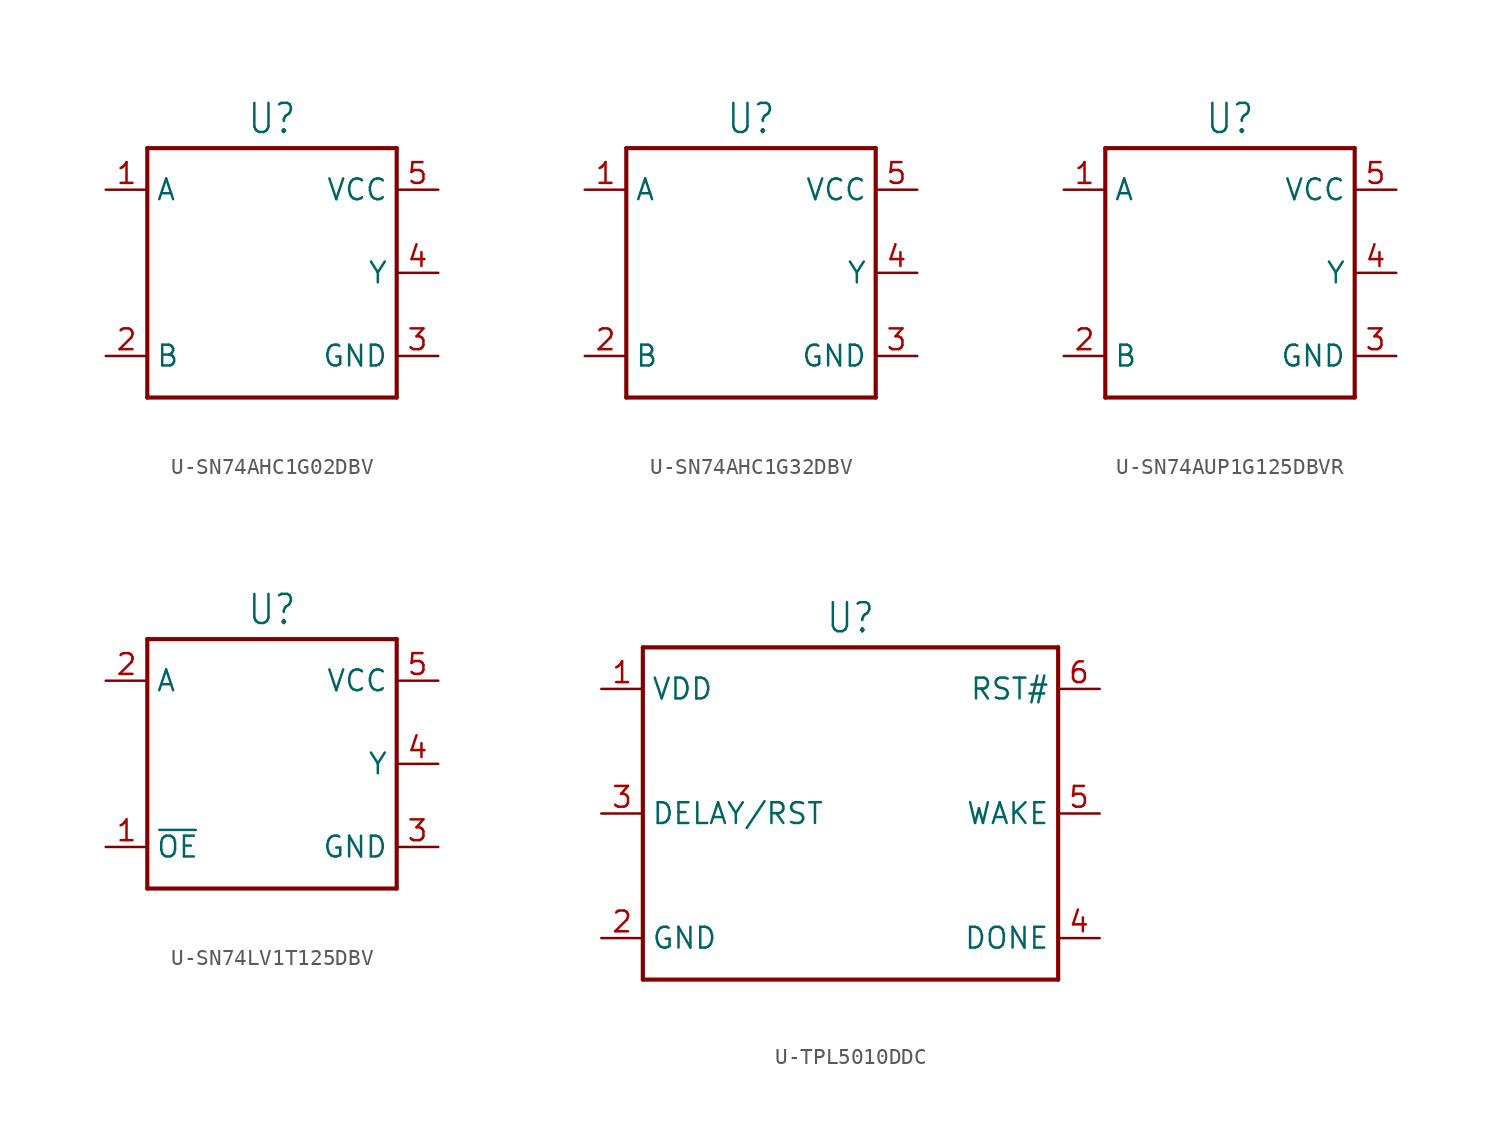
<source format=kicad_sym>
(kicad_symbol_lib
  (version 20231120)
  (generator "kicad_symbol_editor")
  (generator_version "8.0")
  (symbol "U-SN74AHC1G02DBV"
    (property "Reference" "U"
      (at 0 8.382 0)
      (effects (font (size 1.778 1.511)) (justify bottom)))
    (property "Value" ""
      (at 0 -8.382 0)
      (effects (font (size 1.778 1.511)) (justify top)))
    (property "ki_locked" ""
      (at 0 0 0)
      (effects (font (size 1.27 1.27))))
    (symbol "U-SN74AHC1G02DBV_1_0"
      (polyline (pts (xy -7.62 -7.62) (xy -7.62 7.62)) (stroke (width 0.254) (type solid)) (fill (type none)))
      (polyline (pts (xy -7.62 7.62) (xy 7.62 7.62)) (stroke (width 0.254) (type solid)) (fill (type none)))
      (polyline (pts (xy 7.62 -7.62) (xy -7.62 -7.62)) (stroke (width 0.254) (type solid)) (fill (type none)))
      (polyline (pts (xy 7.62 7.62) (xy 7.62 -7.62)) (stroke (width 0.254) (type solid)) (fill (type none)))
      (pin passive line (at -10.16 5.08 0) (length 2.54) (name "A" (effects (font (size 1.27 1.27)))) (number "1" (effects (font (size 1.27 1.27)))))
      (pin passive line (at -10.16 -5.08 0) (length 2.54) (name "B" (effects (font (size 1.27 1.27)))) (number "2" (effects (font (size 1.27 1.27)))))
      (pin passive line (at 10.16 -5.08 180) (length 2.54) (name "GND" (effects (font (size 1.27 1.27)))) (number "3" (effects (font (size 1.27 1.27)))))
      (pin passive line (at 10.16 0 180) (length 2.54) (name "Y" (effects (font (size 1.27 1.27)))) (number "4" (effects (font (size 1.27 1.27)))))
      (pin passive line (at 10.16 5.08 180) (length 2.54) (name "VCC" (effects (font (size 1.27 1.27)))) (number "5" (effects (font (size 1.27 1.27)))))))
  (symbol "U-SN74AHC1G32DBV"
    (property "Reference" "U"
      (at 0 8.382 0)
      (effects (font (size 1.778 1.511)) (justify bottom)))
    (property "Value" ""
      (at 0 -8.382 0)
      (effects (font (size 1.778 1.511)) (justify top)))
    (property "ki_locked" ""
      (at 0 0 0)
      (effects (font (size 1.27 1.27))))
    (symbol "U-SN74AHC1G32DBV_1_0"
      (polyline (pts (xy -7.62 -7.62) (xy -7.62 7.62)) (stroke (width 0.254) (type solid)) (fill (type none)))
      (polyline (pts (xy -7.62 7.62) (xy 7.62 7.62)) (stroke (width 0.254) (type solid)) (fill (type none)))
      (polyline (pts (xy 7.62 -7.62) (xy -7.62 -7.62)) (stroke (width 0.254) (type solid)) (fill (type none)))
      (polyline (pts (xy 7.62 7.62) (xy 7.62 -7.62)) (stroke (width 0.254) (type solid)) (fill (type none)))
      (pin passive line (at -10.16 5.08 0) (length 2.54) (name "A" (effects (font (size 1.27 1.27)))) (number "1" (effects (font (size 1.27 1.27)))))
      (pin passive line (at -10.16 -5.08 0) (length 2.54) (name "B" (effects (font (size 1.27 1.27)))) (number "2" (effects (font (size 1.27 1.27)))))
      (pin passive line (at 10.16 -5.08 180) (length 2.54) (name "GND" (effects (font (size 1.27 1.27)))) (number "3" (effects (font (size 1.27 1.27)))))
      (pin passive line (at 10.16 0 180) (length 2.54) (name "Y" (effects (font (size 1.27 1.27)))) (number "4" (effects (font (size 1.27 1.27)))))
      (pin passive line (at 10.16 5.08 180) (length 2.54) (name "VCC" (effects (font (size 1.27 1.27)))) (number "5" (effects (font (size 1.27 1.27)))))))
  (symbol "U-SN74AUP1G125DBVR"
    (property "Reference" "U"
      (at 0 8.382 0)
      (effects (font (size 1.778 1.511)) (justify bottom)))
    (property "Value" ""
      (at 0 -8.382 0)
      (effects (font (size 1.778 1.511)) (justify top)))
    (property "ki_locked" ""
      (at 0 0 0)
      (effects (font (size 1.27 1.27))))
    (symbol "U-SN74AUP1G125DBVR_1_0"
      (polyline (pts (xy -7.62 -7.62) (xy -7.62 7.62)) (stroke (width 0.254) (type solid)) (fill (type none)))
      (polyline (pts (xy -7.62 7.62) (xy 7.62 7.62)) (stroke (width 0.254) (type solid)) (fill (type none)))
      (polyline (pts (xy 7.62 -7.62) (xy -7.62 -7.62)) (stroke (width 0.254) (type solid)) (fill (type none)))
      (polyline (pts (xy 7.62 7.62) (xy 7.62 -7.62)) (stroke (width 0.254) (type solid)) (fill (type none)))
      (pin passive line (at -10.16 5.08 0) (length 2.54) (name "A" (effects (font (size 1.27 1.27)))) (number "1" (effects (font (size 1.27 1.27)))))
      (pin passive line (at -10.16 -5.08 0) (length 2.54) (name "B" (effects (font (size 1.27 1.27)))) (number "2" (effects (font (size 1.27 1.27)))))
      (pin passive line (at 10.16 -5.08 180) (length 2.54) (name "GND" (effects (font (size 1.27 1.27)))) (number "3" (effects (font (size 1.27 1.27)))))
      (pin passive line (at 10.16 0 180) (length 2.54) (name "Y" (effects (font (size 1.27 1.27)))) (number "4" (effects (font (size 1.27 1.27)))))
      (pin passive line (at 10.16 5.08 180) (length 2.54) (name "VCC" (effects (font (size 1.27 1.27)))) (number "5" (effects (font (size 1.27 1.27)))))))
  (symbol "U-SN74LV1T125DBV"
    (property "Reference" "U"
      (at 0 8.382 0)
      (effects (font (size 1.778 1.511)) (justify bottom)))
    (property "Value" ""
      (at 0 -8.382 0)
      (effects (font (size 1.778 1.511)) (justify top)))
    (property "ki_locked" ""
      (at 0 0 0)
      (effects (font (size 1.27 1.27))))
    (symbol "U-SN74LV1T125DBV_1_0"
      (polyline (pts (xy -7.62 -7.62) (xy -7.62 7.62)) (stroke (width 0.254) (type solid)) (fill (type none)))
      (polyline (pts (xy -7.62 7.62) (xy 7.62 7.62)) (stroke (width 0.254) (type solid)) (fill (type none)))
      (polyline (pts (xy 7.62 -7.62) (xy -7.62 -7.62)) (stroke (width 0.254) (type solid)) (fill (type none)))
      (polyline (pts (xy 7.62 7.62) (xy 7.62 -7.62)) (stroke (width 0.254) (type solid)) (fill (type none)))
      (pin passive line (at -10.16 -5.08 0) (length 2.54) (name "~{OE}" (effects (font (size 1.27 1.27)))) (number "1" (effects (font (size 1.27 1.27)))))
      (pin passive line (at -10.16 5.08 0) (length 2.54) (name "A" (effects (font (size 1.27 1.27)))) (number "2" (effects (font (size 1.27 1.27)))))
      (pin passive line (at 10.16 -5.08 180) (length 2.54) (name "GND" (effects (font (size 1.27 1.27)))) (number "3" (effects (font (size 1.27 1.27)))))
      (pin passive line (at 10.16 0 180) (length 2.54) (name "Y" (effects (font (size 1.27 1.27)))) (number "4" (effects (font (size 1.27 1.27)))))
      (pin passive line (at 10.16 5.08 180) (length 2.54) (name "VCC" (effects (font (size 1.27 1.27)))) (number "5" (effects (font (size 1.27 1.27)))))))
  (symbol "U-TPL5010DDC"
    (property "Reference" "U"
      (at 0 10.922 0)
      (effects (font (size 1.778 1.511)) (justify bottom)))
    (property "Value" ""
      (at 0 -10.922 0)
      (effects (font (size 1.778 1.511)) (justify top)))
    (property "ki_locked" ""
      (at 0 0 0)
      (effects (font (size 1.27 1.27))))
    (symbol "U-TPL5010DDC_1_0"
      (polyline (pts (xy -12.7 -10.16) (xy -12.7 10.16)) (stroke (width 0.254) (type solid)) (fill (type none)))
      (polyline (pts (xy -12.7 10.16) (xy 12.7 10.16)) (stroke (width 0.254) (type solid)) (fill (type none)))
      (polyline (pts (xy 12.7 -10.16) (xy -12.7 -10.16)) (stroke (width 0.254) (type solid)) (fill (type none)))
      (polyline (pts (xy 12.7 10.16) (xy 12.7 -10.16)) (stroke (width 0.254) (type solid)) (fill (type none)))
      (pin passive line (at -15.24 7.62 0) (length 2.54) (name "VDD" (effects (font (size 1.27 1.27)))) (number "1" (effects (font (size 1.27 1.27)))))
      (pin passive line (at -15.24 -7.62 0) (length 2.54) (name "GND" (effects (font (size 1.27 1.27)))) (number "2" (effects (font (size 1.27 1.27)))))
      (pin passive line (at -15.24 0 0) (length 2.54) (name "DELAY/RST" (effects (font (size 1.27 1.27)))) (number "3" (effects (font (size 1.27 1.27)))))
      (pin passive line (at 15.24 -7.62 180) (length 2.54) (name "DONE" (effects (font (size 1.27 1.27)))) (number "4" (effects (font (size 1.27 1.27)))))
      (pin passive line (at 15.24 0 180) (length 2.54) (name "WAKE" (effects (font (size 1.27 1.27)))) (number "5" (effects (font (size 1.27 1.27)))))
      (pin passive line (at 15.24 7.62 180) (length 2.54) (name "RST#" (effects (font (size 1.27 1.27)))) (number "6" (effects (font (size 1.27 1.27))))))))
</source>
